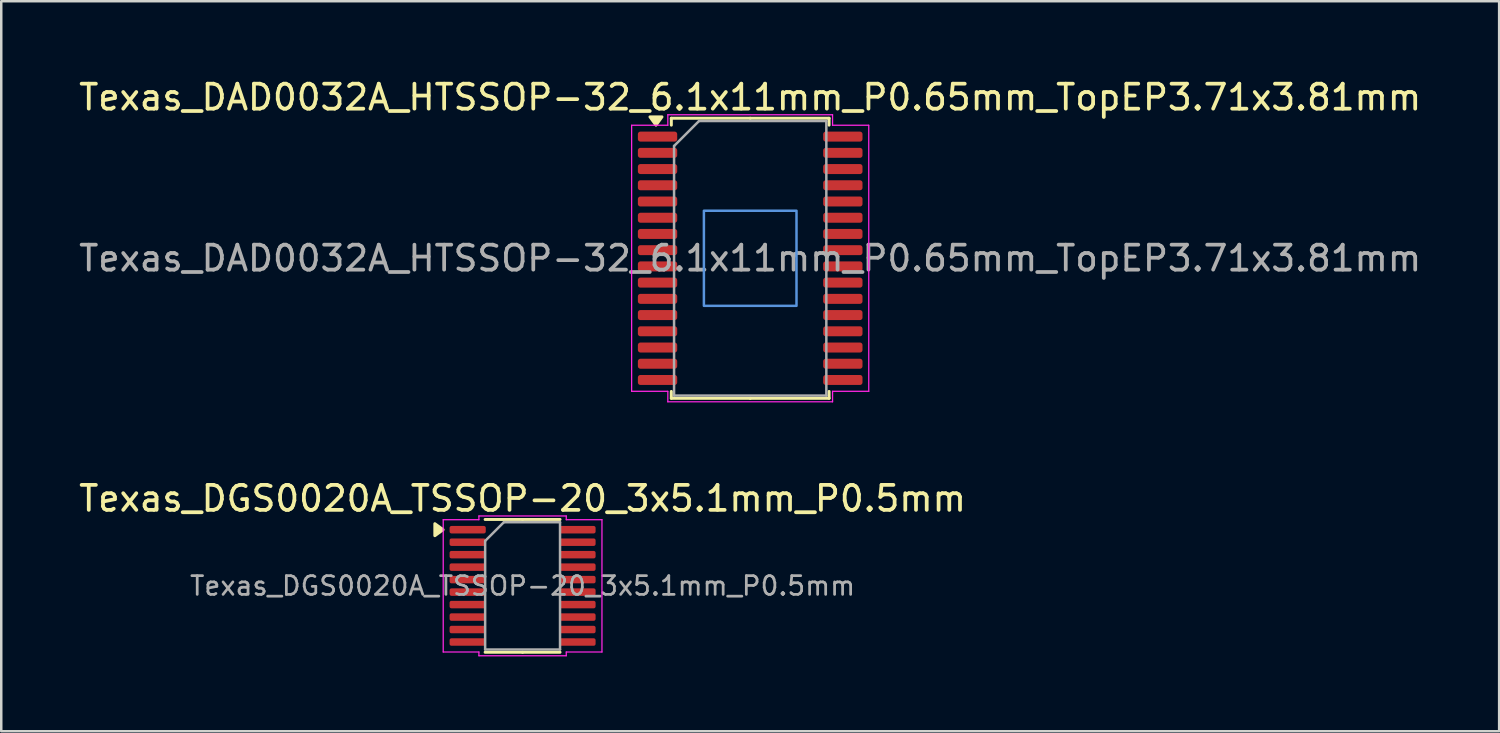
<source format=kicad_pcb>
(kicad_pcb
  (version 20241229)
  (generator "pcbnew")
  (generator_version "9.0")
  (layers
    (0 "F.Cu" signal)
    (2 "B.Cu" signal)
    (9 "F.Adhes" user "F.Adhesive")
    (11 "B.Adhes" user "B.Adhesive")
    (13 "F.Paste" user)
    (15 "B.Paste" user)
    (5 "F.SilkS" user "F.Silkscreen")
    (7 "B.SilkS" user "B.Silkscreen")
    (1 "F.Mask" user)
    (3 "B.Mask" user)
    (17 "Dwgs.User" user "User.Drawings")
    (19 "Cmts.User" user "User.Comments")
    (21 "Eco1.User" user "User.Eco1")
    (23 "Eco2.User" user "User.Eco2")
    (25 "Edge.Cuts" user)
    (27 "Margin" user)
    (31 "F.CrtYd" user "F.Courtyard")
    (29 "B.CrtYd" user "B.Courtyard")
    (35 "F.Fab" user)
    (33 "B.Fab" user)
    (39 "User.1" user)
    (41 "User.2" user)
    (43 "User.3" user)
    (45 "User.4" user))
  (footprint "Texas_DAD0032A_HTSSOP-32_6.1x11mm_P0.65mm_TopEP3.71x3.81mm"
    (layer "F.Cu")
    (at 27.006 7.298)
    (property "Reference" "Texas_DAD0032A_HTSSOP-32_6.1x11mm_P0.65mm_TopEP3.71x3.81mm" (at 0 -6.45 0) (layer "F.SilkS") (effects (font (size 1 1) (thickness 0.15))))
    (attr smd)
    (fp_line (start -3.16 -5.61) (end -3.16 -5.335) (stroke (width 0.12) (type solid)) (layer "F.SilkS"))
    (fp_line (start -3.16 5.61) (end -3.16 5.335) (stroke (width 0.12) (type solid)) (layer "F.SilkS"))
    (fp_line (start 0 -5.61) (end -3.16 -5.61) (stroke (width 0.12) (type solid)) (layer "F.SilkS"))
    (fp_line (start 0 -5.61) (end 3.16 -5.61) (stroke (width 0.12) (type solid)) (layer "F.SilkS"))
    (fp_line (start 0 5.61) (end -3.16 5.61) (stroke (width 0.12) (type solid)) (layer "F.SilkS"))
    (fp_line (start 0 5.61) (end 3.16 5.61) (stroke (width 0.12) (type solid)) (layer "F.SilkS"))
    (fp_line (start 3.16 -5.61) (end 3.16 -5.335) (stroke (width 0.12) (type solid)) (layer "F.SilkS"))
    (fp_line (start 3.16 5.61) (end 3.16 5.335) (stroke (width 0.12) (type solid)) (layer "F.SilkS"))
    (fp_poly (pts (xy -3.775 -5.335) (xy -4.015 -5.665) (xy -3.535 -5.665)) (stroke (width 0.12) (type solid)) (fill yes) (layer "F.SilkS"))
    (fp_rect (start -1.855 -1.905) (end 1.855 1.905) (stroke (width 0.1) (type solid)) (fill no) (layer "Cmts.User"))
    (fp_line (start -4.75 -5.33) (end -3.3 -5.33) (stroke (width 0.05) (type solid)) (layer "F.CrtYd"))
    (fp_line (start -4.75 5.33) (end -4.75 -5.33) (stroke (width 0.05) (type solid)) (layer "F.CrtYd"))
    (fp_line (start -3.3 -5.75) (end 3.3 -5.75) (stroke (width 0.05) (type solid)) (layer "F.CrtYd"))
    (fp_line (start -3.3 -5.33) (end -3.3 -5.75) (stroke (width 0.05) (type solid)) (layer "F.CrtYd"))
    (fp_line (start -3.3 5.33) (end -4.75 5.33) (stroke (width 0.05) (type solid)) (layer "F.CrtYd"))
    (fp_line (start -3.3 5.75) (end -3.3 5.33) (stroke (width 0.05) (type solid)) (layer "F.CrtYd"))
    (fp_line (start 3.3 -5.75) (end 3.3 -5.33) (stroke (width 0.05) (type solid)) (layer "F.CrtYd"))
    (fp_line (start 3.3 -5.33) (end 4.75 -5.33) (stroke (width 0.05) (type solid)) (layer "F.CrtYd"))
    (fp_line (start 3.3 5.33) (end 3.3 5.75) (stroke (width 0.05) (type solid)) (layer "F.CrtYd"))
    (fp_line (start 3.3 5.75) (end -3.3 5.75) (stroke (width 0.05) (type solid)) (layer "F.CrtYd"))
    (fp_line (start 4.75 -5.33) (end 4.75 5.33) (stroke (width 0.05) (type solid)) (layer "F.CrtYd"))
    (fp_line (start 4.75 5.33) (end 3.3 5.33) (stroke (width 0.05) (type solid)) (layer "F.CrtYd"))
    (fp_line (start -3.05 -4.5) (end -2.05 -5.5) (stroke (width 0.1) (type solid)) (layer "F.Fab"))
    (fp_line (start -3.05 5.5) (end -3.05 -4.5) (stroke (width 0.1) (type solid)) (layer "F.Fab"))
    (fp_line (start -2.05 -5.5) (end 3.05 -5.5) (stroke (width 0.1) (type solid)) (layer "F.Fab"))
    (fp_line (start 3.05 -5.5) (end 3.05 5.5) (stroke (width 0.1) (type solid)) (layer "F.Fab"))
    (fp_line (start 3.05 5.5) (end -3.05 5.5) (stroke (width 0.1) (type solid)) (layer "F.Fab"))
    (fp_text user "${REFERENCE}" (at 0 0 0) (layer "F.Fab") (effects (font (size 1 1) (thickness 0.15))))
    (pad "1" smd roundrect (at -3.712 -4.875) (size 1.575 0.4) (layers "F.Cu" "F.Mask" "F.Paste") (roundrect_rratio 0.25))
    (pad "2" smd roundrect (at -3.712 -4.225) (size 1.575 0.4) (layers "F.Cu" "F.Mask" "F.Paste") (roundrect_rratio 0.25))
    (pad "3" smd roundrect (at -3.712 -3.575) (size 1.575 0.4) (layers "F.Cu" "F.Mask" "F.Paste") (roundrect_rratio 0.25))
    (pad "4" smd roundrect (at -3.712 -2.925) (size 1.575 0.4) (layers "F.Cu" "F.Mask" "F.Paste") (roundrect_rratio 0.25))
    (pad "5" smd roundrect (at -3.712 -2.275) (size 1.575 0.4) (layers "F.Cu" "F.Mask" "F.Paste") (roundrect_rratio 0.25))
    (pad "6" smd roundrect (at -3.712 -1.625) (size 1.575 0.4) (layers "F.Cu" "F.Mask" "F.Paste") (roundrect_rratio 0.25))
    (pad "7" smd roundrect (at -3.712 -0.975) (size 1.575 0.4) (layers "F.Cu" "F.Mask" "F.Paste") (roundrect_rratio 0.25))
    (pad "8" smd roundrect (at -3.712 -0.325) (size 1.575 0.4) (layers "F.Cu" "F.Mask" "F.Paste") (roundrect_rratio 0.25))
    (pad "9" smd roundrect (at -3.712 0.325) (size 1.575 0.4) (layers "F.Cu" "F.Mask" "F.Paste") (roundrect_rratio 0.25))
    (pad "10" smd roundrect (at -3.712 0.975) (size 1.575 0.4) (layers "F.Cu" "F.Mask" "F.Paste") (roundrect_rratio 0.25))
    (pad "11" smd roundrect (at -3.712 1.625) (size 1.575 0.4) (layers "F.Cu" "F.Mask" "F.Paste") (roundrect_rratio 0.25))
    (pad "12" smd roundrect (at -3.712 2.275) (size 1.575 0.4) (layers "F.Cu" "F.Mask" "F.Paste") (roundrect_rratio 0.25))
    (pad "13" smd roundrect (at -3.712 2.925) (size 1.575 0.4) (layers "F.Cu" "F.Mask" "F.Paste") (roundrect_rratio 0.25))
    (pad "14" smd roundrect (at -3.712 3.575) (size 1.575 0.4) (layers "F.Cu" "F.Mask" "F.Paste") (roundrect_rratio 0.25))
    (pad "15" smd roundrect (at -3.712 4.225) (size 1.575 0.4) (layers "F.Cu" "F.Mask" "F.Paste") (roundrect_rratio 0.25))
    (pad "16" smd roundrect (at -3.712 4.875) (size 1.575 0.4) (layers "F.Cu" "F.Mask" "F.Paste") (roundrect_rratio 0.25))
    (pad "17" smd roundrect (at 3.712 4.875) (size 1.575 0.4) (layers "F.Cu" "F.Mask" "F.Paste") (roundrect_rratio 0.25))
    (pad "18" smd roundrect (at 3.712 4.225) (size 1.575 0.4) (layers "F.Cu" "F.Mask" "F.Paste") (roundrect_rratio 0.25))
    (pad "19" smd roundrect (at 3.712 3.575) (size 1.575 0.4) (layers "F.Cu" "F.Mask" "F.Paste") (roundrect_rratio 0.25))
    (pad "20" smd roundrect (at 3.712 2.925) (size 1.575 0.4) (layers "F.Cu" "F.Mask" "F.Paste") (roundrect_rratio 0.25))
    (pad "21" smd roundrect (at 3.712 2.275) (size 1.575 0.4) (layers "F.Cu" "F.Mask" "F.Paste") (roundrect_rratio 0.25))
    (pad "22" smd roundrect (at 3.712 1.625) (size 1.575 0.4) (layers "F.Cu" "F.Mask" "F.Paste") (roundrect_rratio 0.25))
    (pad "23" smd roundrect (at 3.712 0.975) (size 1.575 0.4) (layers "F.Cu" "F.Mask" "F.Paste") (roundrect_rratio 0.25))
    (pad "24" smd roundrect (at 3.712 0.325) (size 1.575 0.4) (layers "F.Cu" "F.Mask" "F.Paste") (roundrect_rratio 0.25))
    (pad "25" smd roundrect (at 3.712 -0.325) (size 1.575 0.4) (layers "F.Cu" "F.Mask" "F.Paste") (roundrect_rratio 0.25))
    (pad "26" smd roundrect (at 3.712 -0.975) (size 1.575 0.4) (layers "F.Cu" "F.Mask" "F.Paste") (roundrect_rratio 0.25))
    (pad "27" smd roundrect (at 3.712 -1.625) (size 1.575 0.4) (layers "F.Cu" "F.Mask" "F.Paste") (roundrect_rratio 0.25))
    (pad "28" smd roundrect (at 3.712 -2.275) (size 1.575 0.4) (layers "F.Cu" "F.Mask" "F.Paste") (roundrect_rratio 0.25))
    (pad "29" smd roundrect (at 3.712 -2.925) (size 1.575 0.4) (layers "F.Cu" "F.Mask" "F.Paste") (roundrect_rratio 0.25))
    (pad "30" smd roundrect (at 3.712 -3.575) (size 1.575 0.4) (layers "F.Cu" "F.Mask" "F.Paste") (roundrect_rratio 0.25))
    (pad "31" smd roundrect (at 3.712 -4.225) (size 1.575 0.4) (layers "F.Cu" "F.Mask" "F.Paste") (roundrect_rratio 0.25))
    (pad "32" smd roundrect (at 3.712 -4.875) (size 1.575 0.4) (layers "F.Cu" "F.Mask" "F.Paste") (roundrect_rratio 0.25)))
  (footprint "Texas_DGS0020A_TSSOP-20_3x5.1mm_P0.5mm"
    (layer "F.Cu")
    (at 17.887 20.422)
    (property "Reference" "Texas_DGS0020A_TSSOP-20_3x5.1mm_P0.5mm" (at 0 -3.5 0) (layer "F.SilkS") (effects (font (size 1 1) (thickness 0.15))))
    (attr smd)
    (fp_line (start 0 -2.66) (end -1.5 -2.66) (stroke (width 0.12) (type solid)) (layer "F.SilkS"))
    (fp_line (start 0 -2.66) (end 1.5 -2.66) (stroke (width 0.12) (type solid)) (layer "F.SilkS"))
    (fp_line (start 0 2.66) (end -1.5 2.66) (stroke (width 0.12) (type solid)) (layer "F.SilkS"))
    (fp_line (start 0 2.66) (end 1.5 2.66) (stroke (width 0.12) (type solid)) (layer "F.SilkS"))
    (fp_poly (pts (xy -3.185 -2.25) (xy -3.515 -2.01) (xy -3.515 -2.49)) (stroke (width 0.12) (type solid)) (fill yes) (layer "F.SilkS"))
    (fp_line (start -3.18 -2.65) (end -1.75 -2.65) (stroke (width 0.05) (type solid)) (layer "F.CrtYd"))
    (fp_line (start -3.18 2.65) (end -3.18 -2.65) (stroke (width 0.05) (type solid)) (layer "F.CrtYd"))
    (fp_line (start -1.75 -2.8) (end 1.75 -2.8) (stroke (width 0.05) (type solid)) (layer "F.CrtYd"))
    (fp_line (start -1.75 -2.65) (end -1.75 -2.8) (stroke (width 0.05) (type solid)) (layer "F.CrtYd"))
    (fp_line (start -1.75 2.65) (end -3.18 2.65) (stroke (width 0.05) (type solid)) (layer "F.CrtYd"))
    (fp_line (start -1.75 2.8) (end -1.75 2.65) (stroke (width 0.05) (type solid)) (layer "F.CrtYd"))
    (fp_line (start 1.75 -2.8) (end 1.75 -2.65) (stroke (width 0.05) (type solid)) (layer "F.CrtYd"))
    (fp_line (start 1.75 -2.65) (end 3.18 -2.65) (stroke (width 0.05) (type solid)) (layer "F.CrtYd"))
    (fp_line (start 1.75 2.65) (end 1.75 2.8) (stroke (width 0.05) (type solid)) (layer "F.CrtYd"))
    (fp_line (start 1.75 2.8) (end -1.75 2.8) (stroke (width 0.05) (type solid)) (layer "F.CrtYd"))
    (fp_line (start 3.18 -2.65) (end 3.18 2.65) (stroke (width 0.05) (type solid)) (layer "F.CrtYd"))
    (fp_line (start 3.18 2.65) (end 1.75 2.65) (stroke (width 0.05) (type solid)) (layer "F.CrtYd"))
    (fp_line (start -1.5 -1.8) (end -0.75 -2.55) (stroke (width 0.1) (type solid)) (layer "F.Fab"))
    (fp_line (start -1.5 2.55) (end -1.5 -1.8) (stroke (width 0.1) (type solid)) (layer "F.Fab"))
    (fp_line (start -0.75 -2.55) (end 1.5 -2.55) (stroke (width 0.1) (type solid)) (layer "F.Fab"))
    (fp_line (start 1.5 -2.55) (end 1.5 2.55) (stroke (width 0.1) (type solid)) (layer "F.Fab"))
    (fp_line (start 1.5 2.55) (end -1.5 2.55) (stroke (width 0.1) (type solid)) (layer "F.Fab"))
    (fp_text user "${REFERENCE}" (at 0 0 0) (layer "F.Fab") (effects (font (size 0.75 0.75) (thickness 0.11))))
    (pad "1" smd roundrect (at -2.2 -2.25) (size 1.45 0.3) (layers "F.Cu" "F.Mask" "F.Paste") (roundrect_rratio 0.25))
    (pad "2" smd roundrect (at -2.2 -1.75) (size 1.45 0.3) (layers "F.Cu" "F.Mask" "F.Paste") (roundrect_rratio 0.25))
    (pad "3" smd roundrect (at -2.2 -1.25) (size 1.45 0.3) (layers "F.Cu" "F.Mask" "F.Paste") (roundrect_rratio 0.25))
    (pad "4" smd roundrect (at -2.2 -0.75) (size 1.45 0.3) (layers "F.Cu" "F.Mask" "F.Paste") (roundrect_rratio 0.25))
    (pad "5" smd roundrect (at -2.2 -0.25) (size 1.45 0.3) (layers "F.Cu" "F.Mask" "F.Paste") (roundrect_rratio 0.25))
    (pad "6" smd roundrect (at -2.2 0.25) (size 1.45 0.3) (layers "F.Cu" "F.Mask" "F.Paste") (roundrect_rratio 0.25))
    (pad "7" smd roundrect (at -2.2 0.75) (size 1.45 0.3) (layers "F.Cu" "F.Mask" "F.Paste") (roundrect_rratio 0.25))
    (pad "8" smd roundrect (at -2.2 1.25) (size 1.45 0.3) (layers "F.Cu" "F.Mask" "F.Paste") (roundrect_rratio 0.25))
    (pad "9" smd roundrect (at -2.2 1.75) (size 1.45 0.3) (layers "F.Cu" "F.Mask" "F.Paste") (roundrect_rratio 0.25))
    (pad "10" smd roundrect (at -2.2 2.25) (size 1.45 0.3) (layers "F.Cu" "F.Mask" "F.Paste") (roundrect_rratio 0.25))
    (pad "11" smd roundrect (at 2.2 2.25) (size 1.45 0.3) (layers "F.Cu" "F.Mask" "F.Paste") (roundrect_rratio 0.25))
    (pad "12" smd roundrect (at 2.2 1.75) (size 1.45 0.3) (layers "F.Cu" "F.Mask" "F.Paste") (roundrect_rratio 0.25))
    (pad "13" smd roundrect (at 2.2 1.25) (size 1.45 0.3) (layers "F.Cu" "F.Mask" "F.Paste") (roundrect_rratio 0.25))
    (pad "14" smd roundrect (at 2.2 0.75) (size 1.45 0.3) (layers "F.Cu" "F.Mask" "F.Paste") (roundrect_rratio 0.25))
    (pad "15" smd roundrect (at 2.2 0.25) (size 1.45 0.3) (layers "F.Cu" "F.Mask" "F.Paste") (roundrect_rratio 0.25))
    (pad "16" smd roundrect (at 2.2 -0.25) (size 1.45 0.3) (layers "F.Cu" "F.Mask" "F.Paste") (roundrect_rratio 0.25))
    (pad "17" smd roundrect (at 2.2 -0.75) (size 1.45 0.3) (layers "F.Cu" "F.Mask" "F.Paste") (roundrect_rratio 0.25))
    (pad "18" smd roundrect (at 2.2 -1.25) (size 1.45 0.3) (layers "F.Cu" "F.Mask" "F.Paste") (roundrect_rratio 0.25))
    (pad "19" smd roundrect (at 2.2 -1.75) (size 1.45 0.3) (layers "F.Cu" "F.Mask" "F.Paste") (roundrect_rratio 0.25))
    (pad "20" smd roundrect (at 2.2 -2.25) (size 1.45 0.3) (layers "F.Cu" "F.Mask" "F.Paste") (roundrect_rratio 0.25)))
  (gr_rect
    (start -3 -3)
    (end 57.012 26.247)
    (stroke (width 0.1) (type default))
    (fill no)
    (layer "Edge.Cuts")))
</source>
